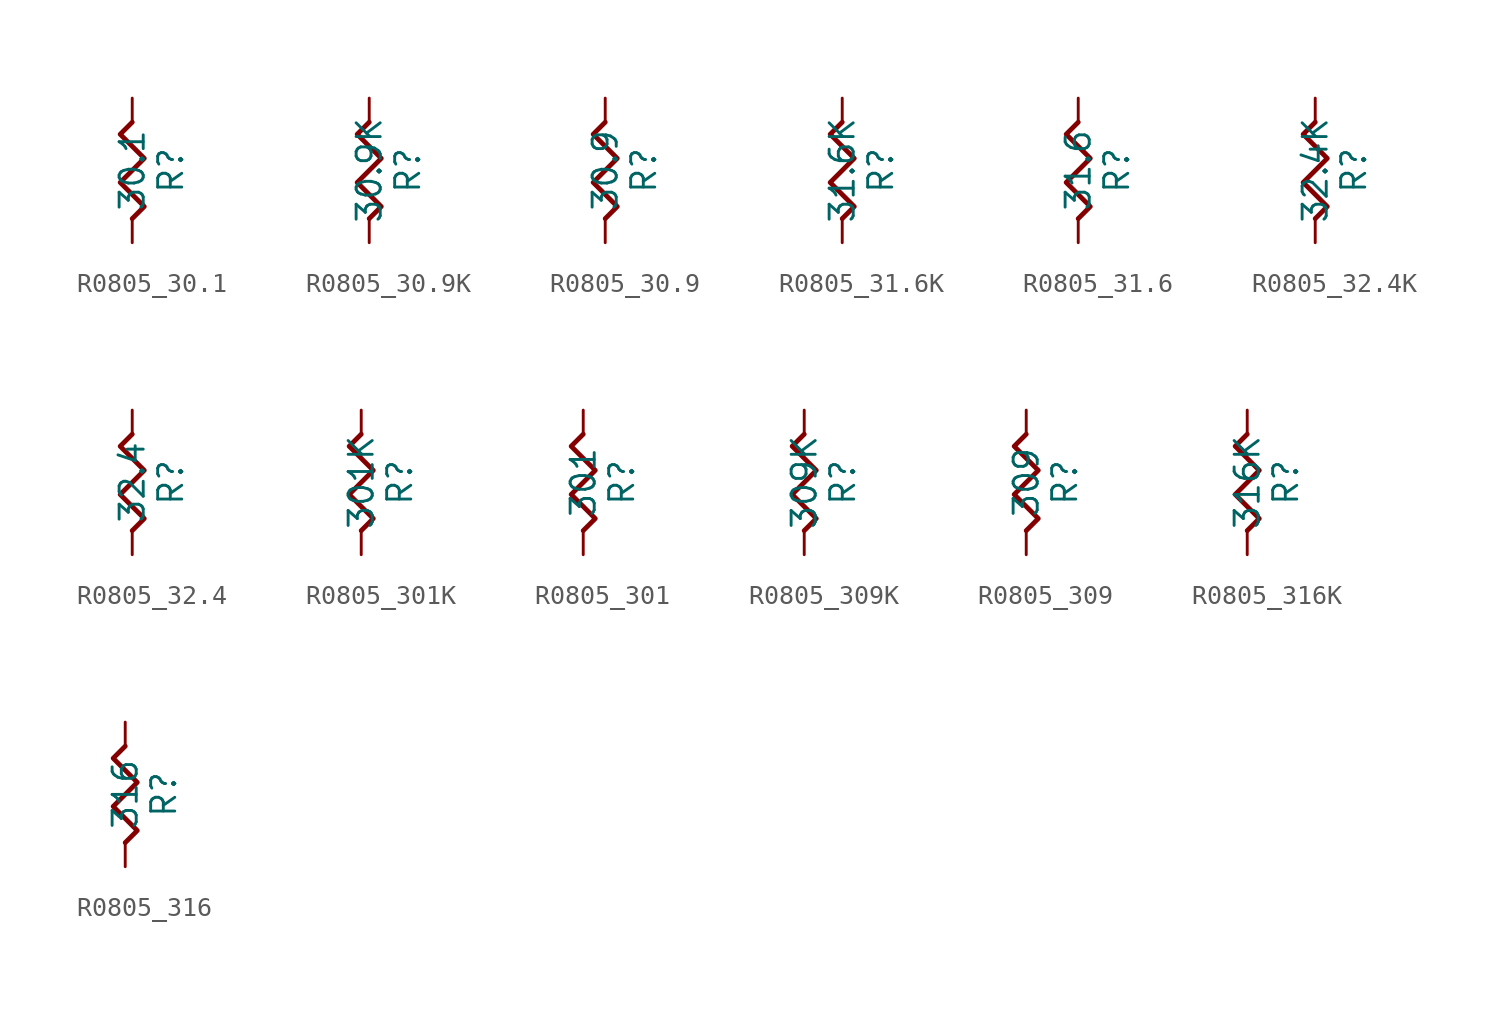
<source format=kicad_sym>
(kicad_symbol_lib
  (version 20211014)
  (generator atlantix-eda)
  (symbol "R0805_30.1"
    (pin_numbers hide)
    (pin_names
      (offset 0))
    (property "Reference" "R"
      (at 2.032 0 90)
      (effects (font (size 1.27 1.27))))
    (property "Value" "30.1"
      (at 0 0 90)
      (effects (font (size 1.27 1.27))))
    (symbol "R0805_30.1_0_1"
      (polyline (pts (xy 0 -2.54) (xy 0.635 -1.905) (xy -0.635 -0.635) (xy 0.635 0.635) (xy -0.635 1.905) (xy 0 2.54)) (stroke (width 0.254) (type default) (color 0 0 0 0)) (fill (type none))))
    (symbol "R0805_30.1_1_1"
      (pin passive line (at 0 3.81 270) (length 1.27) (name "~" (effects (font (size 1.27 1.27)))) (number "1" (effects (font (size 1.27 1.27)))))
      (pin passive line (at 0 -3.81 90) (length 1.27) (name "~" (effects (font (size 1.27 1.27)))) (number "2" (effects (font (size 1.27 1.27)))))))
  (symbol "R0805_30.9K"
    (pin_numbers hide)
    (pin_names
      (offset 0))
    (property "Reference" "R"
      (at 2.032 0 90)
      (effects (font (size 1.27 1.27))))
    (property "Value" "30.9K"
      (at 0 0 90)
      (effects (font (size 1.27 1.27))))
    (symbol "R0805_30.9K_0_1"
      (polyline (pts (xy 0 -2.54) (xy 0.635 -1.905) (xy -0.635 -0.635) (xy 0.635 0.635) (xy -0.635 1.905) (xy 0 2.54)) (stroke (width 0.254) (type default) (color 0 0 0 0)) (fill (type none))))
    (symbol "R0805_30.9K_1_1"
      (pin passive line (at 0 3.81 270) (length 1.27) (name "~" (effects (font (size 1.27 1.27)))) (number "1" (effects (font (size 1.27 1.27)))))
      (pin passive line (at 0 -3.81 90) (length 1.27) (name "~" (effects (font (size 1.27 1.27)))) (number "2" (effects (font (size 1.27 1.27)))))))
  (symbol "R0805_30.9"
    (pin_numbers hide)
    (pin_names
      (offset 0))
    (property "Reference" "R"
      (at 2.032 0 90)
      (effects (font (size 1.27 1.27))))
    (property "Value" "30.9"
      (at 0 0 90)
      (effects (font (size 1.27 1.27))))
    (symbol "R0805_30.9_0_1"
      (polyline (pts (xy 0 -2.54) (xy 0.635 -1.905) (xy -0.635 -0.635) (xy 0.635 0.635) (xy -0.635 1.905) (xy 0 2.54)) (stroke (width 0.254) (type default) (color 0 0 0 0)) (fill (type none))))
    (symbol "R0805_30.9_1_1"
      (pin passive line (at 0 3.81 270) (length 1.27) (name "~" (effects (font (size 1.27 1.27)))) (number "1" (effects (font (size 1.27 1.27)))))
      (pin passive line (at 0 -3.81 90) (length 1.27) (name "~" (effects (font (size 1.27 1.27)))) (number "2" (effects (font (size 1.27 1.27)))))))
  (symbol "R0805_31.6K"
    (pin_numbers hide)
    (pin_names
      (offset 0))
    (property "Reference" "R"
      (at 2.032 0 90)
      (effects (font (size 1.27 1.27))))
    (property "Value" "31.6K"
      (at 0 0 90)
      (effects (font (size 1.27 1.27))))
    (symbol "R0805_31.6K_0_1"
      (polyline (pts (xy 0 -2.54) (xy 0.635 -1.905) (xy -0.635 -0.635) (xy 0.635 0.635) (xy -0.635 1.905) (xy 0 2.54)) (stroke (width 0.254) (type default) (color 0 0 0 0)) (fill (type none))))
    (symbol "R0805_31.6K_1_1"
      (pin passive line (at 0 3.81 270) (length 1.27) (name "~" (effects (font (size 1.27 1.27)))) (number "1" (effects (font (size 1.27 1.27)))))
      (pin passive line (at 0 -3.81 90) (length 1.27) (name "~" (effects (font (size 1.27 1.27)))) (number "2" (effects (font (size 1.27 1.27)))))))
  (symbol "R0805_31.6"
    (pin_numbers hide)
    (pin_names
      (offset 0))
    (property "Reference" "R"
      (at 2.032 0 90)
      (effects (font (size 1.27 1.27))))
    (property "Value" "31.6"
      (at 0 0 90)
      (effects (font (size 1.27 1.27))))
    (symbol "R0805_31.6_0_1"
      (polyline (pts (xy 0 -2.54) (xy 0.635 -1.905) (xy -0.635 -0.635) (xy 0.635 0.635) (xy -0.635 1.905) (xy 0 2.54)) (stroke (width 0.254) (type default) (color 0 0 0 0)) (fill (type none))))
    (symbol "R0805_31.6_1_1"
      (pin passive line (at 0 3.81 270) (length 1.27) (name "~" (effects (font (size 1.27 1.27)))) (number "1" (effects (font (size 1.27 1.27)))))
      (pin passive line (at 0 -3.81 90) (length 1.27) (name "~" (effects (font (size 1.27 1.27)))) (number "2" (effects (font (size 1.27 1.27)))))))
  (symbol "R0805_32.4K"
    (pin_numbers hide)
    (pin_names
      (offset 0))
    (property "Reference" "R"
      (at 2.032 0 90)
      (effects (font (size 1.27 1.27))))
    (property "Value" "32.4K"
      (at 0 0 90)
      (effects (font (size 1.27 1.27))))
    (symbol "R0805_32.4K_0_1"
      (polyline (pts (xy 0 -2.54) (xy 0.635 -1.905) (xy -0.635 -0.635) (xy 0.635 0.635) (xy -0.635 1.905) (xy 0 2.54)) (stroke (width 0.254) (type default) (color 0 0 0 0)) (fill (type none))))
    (symbol "R0805_32.4K_1_1"
      (pin passive line (at 0 3.81 270) (length 1.27) (name "~" (effects (font (size 1.27 1.27)))) (number "1" (effects (font (size 1.27 1.27)))))
      (pin passive line (at 0 -3.81 90) (length 1.27) (name "~" (effects (font (size 1.27 1.27)))) (number "2" (effects (font (size 1.27 1.27)))))))
  (symbol "R0805_32.4"
    (pin_numbers hide)
    (pin_names
      (offset 0))
    (property "Reference" "R"
      (at 2.032 0 90)
      (effects (font (size 1.27 1.27))))
    (property "Value" "32.4"
      (at 0 0 90)
      (effects (font (size 1.27 1.27))))
    (symbol "R0805_32.4_0_1"
      (polyline (pts (xy 0 -2.54) (xy 0.635 -1.905) (xy -0.635 -0.635) (xy 0.635 0.635) (xy -0.635 1.905) (xy 0 2.54)) (stroke (width 0.254) (type default) (color 0 0 0 0)) (fill (type none))))
    (symbol "R0805_32.4_1_1"
      (pin passive line (at 0 3.81 270) (length 1.27) (name "~" (effects (font (size 1.27 1.27)))) (number "1" (effects (font (size 1.27 1.27)))))
      (pin passive line (at 0 -3.81 90) (length 1.27) (name "~" (effects (font (size 1.27 1.27)))) (number "2" (effects (font (size 1.27 1.27)))))))
  (symbol "R0805_301K"
    (pin_numbers hide)
    (pin_names
      (offset 0))
    (property "Reference" "R"
      (at 2.032 0 90)
      (effects (font (size 1.27 1.27))))
    (property "Value" "301K"
      (at 0 0 90)
      (effects (font (size 1.27 1.27))))
    (symbol "R0805_301K_0_1"
      (polyline (pts (xy 0 -2.54) (xy 0.635 -1.905) (xy -0.635 -0.635) (xy 0.635 0.635) (xy -0.635 1.905) (xy 0 2.54)) (stroke (width 0.254) (type default) (color 0 0 0 0)) (fill (type none))))
    (symbol "R0805_301K_1_1"
      (pin passive line (at 0 3.81 270) (length 1.27) (name "~" (effects (font (size 1.27 1.27)))) (number "1" (effects (font (size 1.27 1.27)))))
      (pin passive line (at 0 -3.81 90) (length 1.27) (name "~" (effects (font (size 1.27 1.27)))) (number "2" (effects (font (size 1.27 1.27)))))))
  (symbol "R0805_301"
    (pin_numbers hide)
    (pin_names
      (offset 0))
    (property "Reference" "R"
      (at 2.032 0 90)
      (effects (font (size 1.27 1.27))))
    (property "Value" "301"
      (at 0 0 90)
      (effects (font (size 1.27 1.27))))
    (symbol "R0805_301_0_1"
      (polyline (pts (xy 0 -2.54) (xy 0.635 -1.905) (xy -0.635 -0.635) (xy 0.635 0.635) (xy -0.635 1.905) (xy 0 2.54)) (stroke (width 0.254) (type default) (color 0 0 0 0)) (fill (type none))))
    (symbol "R0805_301_1_1"
      (pin passive line (at 0 3.81 270) (length 1.27) (name "~" (effects (font (size 1.27 1.27)))) (number "1" (effects (font (size 1.27 1.27)))))
      (pin passive line (at 0 -3.81 90) (length 1.27) (name "~" (effects (font (size 1.27 1.27)))) (number "2" (effects (font (size 1.27 1.27)))))))
  (symbol "R0805_309K"
    (pin_numbers hide)
    (pin_names
      (offset 0))
    (property "Reference" "R"
      (at 2.032 0 90)
      (effects (font (size 1.27 1.27))))
    (property "Value" "309K"
      (at 0 0 90)
      (effects (font (size 1.27 1.27))))
    (symbol "R0805_309K_0_1"
      (polyline (pts (xy 0 -2.54) (xy 0.635 -1.905) (xy -0.635 -0.635) (xy 0.635 0.635) (xy -0.635 1.905) (xy 0 2.54)) (stroke (width 0.254) (type default) (color 0 0 0 0)) (fill (type none))))
    (symbol "R0805_309K_1_1"
      (pin passive line (at 0 3.81 270) (length 1.27) (name "~" (effects (font (size 1.27 1.27)))) (number "1" (effects (font (size 1.27 1.27)))))
      (pin passive line (at 0 -3.81 90) (length 1.27) (name "~" (effects (font (size 1.27 1.27)))) (number "2" (effects (font (size 1.27 1.27)))))))
  (symbol "R0805_309"
    (pin_numbers hide)
    (pin_names
      (offset 0))
    (property "Reference" "R"
      (at 2.032 0 90)
      (effects (font (size 1.27 1.27))))
    (property "Value" "309"
      (at 0 0 90)
      (effects (font (size 1.27 1.27))))
    (symbol "R0805_309_0_1"
      (polyline (pts (xy 0 -2.54) (xy 0.635 -1.905) (xy -0.635 -0.635) (xy 0.635 0.635) (xy -0.635 1.905) (xy 0 2.54)) (stroke (width 0.254) (type default) (color 0 0 0 0)) (fill (type none))))
    (symbol "R0805_309_1_1"
      (pin passive line (at 0 3.81 270) (length 1.27) (name "~" (effects (font (size 1.27 1.27)))) (number "1" (effects (font (size 1.27 1.27)))))
      (pin passive line (at 0 -3.81 90) (length 1.27) (name "~" (effects (font (size 1.27 1.27)))) (number "2" (effects (font (size 1.27 1.27)))))))
  (symbol "R0805_316K"
    (pin_numbers hide)
    (pin_names
      (offset 0))
    (property "Reference" "R"
      (at 2.032 0 90)
      (effects (font (size 1.27 1.27))))
    (property "Value" "316K"
      (at 0 0 90)
      (effects (font (size 1.27 1.27))))
    (symbol "R0805_316K_0_1"
      (polyline (pts (xy 0 -2.54) (xy 0.635 -1.905) (xy -0.635 -0.635) (xy 0.635 0.635) (xy -0.635 1.905) (xy 0 2.54)) (stroke (width 0.254) (type default) (color 0 0 0 0)) (fill (type none))))
    (symbol "R0805_316K_1_1"
      (pin passive line (at 0 3.81 270) (length 1.27) (name "~" (effects (font (size 1.27 1.27)))) (number "1" (effects (font (size 1.27 1.27)))))
      (pin passive line (at 0 -3.81 90) (length 1.27) (name "~" (effects (font (size 1.27 1.27)))) (number "2" (effects (font (size 1.27 1.27)))))))
  (symbol "R0805_316"
    (pin_numbers hide)
    (pin_names
      (offset 0))
    (property "Reference" "R"
      (at 2.032 0 90)
      (effects (font (size 1.27 1.27))))
    (property "Value" "316"
      (at 0 0 90)
      (effects (font (size 1.27 1.27))))
    (symbol "R0805_316_0_1"
      (polyline (pts (xy 0 -2.54) (xy 0.635 -1.905) (xy -0.635 -0.635) (xy 0.635 0.635) (xy -0.635 1.905) (xy 0 2.54)) (stroke (width 0.254) (type default) (color 0 0 0 0)) (fill (type none))))
    (symbol "R0805_316_1_1"
      (pin passive line (at 0 3.81 270) (length 1.27) (name "~" (effects (font (size 1.27 1.27)))) (number "1" (effects (font (size 1.27 1.27)))))
      (pin passive line (at 0 -3.81 90) (length 1.27) (name "~" (effects (font (size 1.27 1.27)))) (number "2" (effects (font (size 1.27 1.27))))))))
</source>
